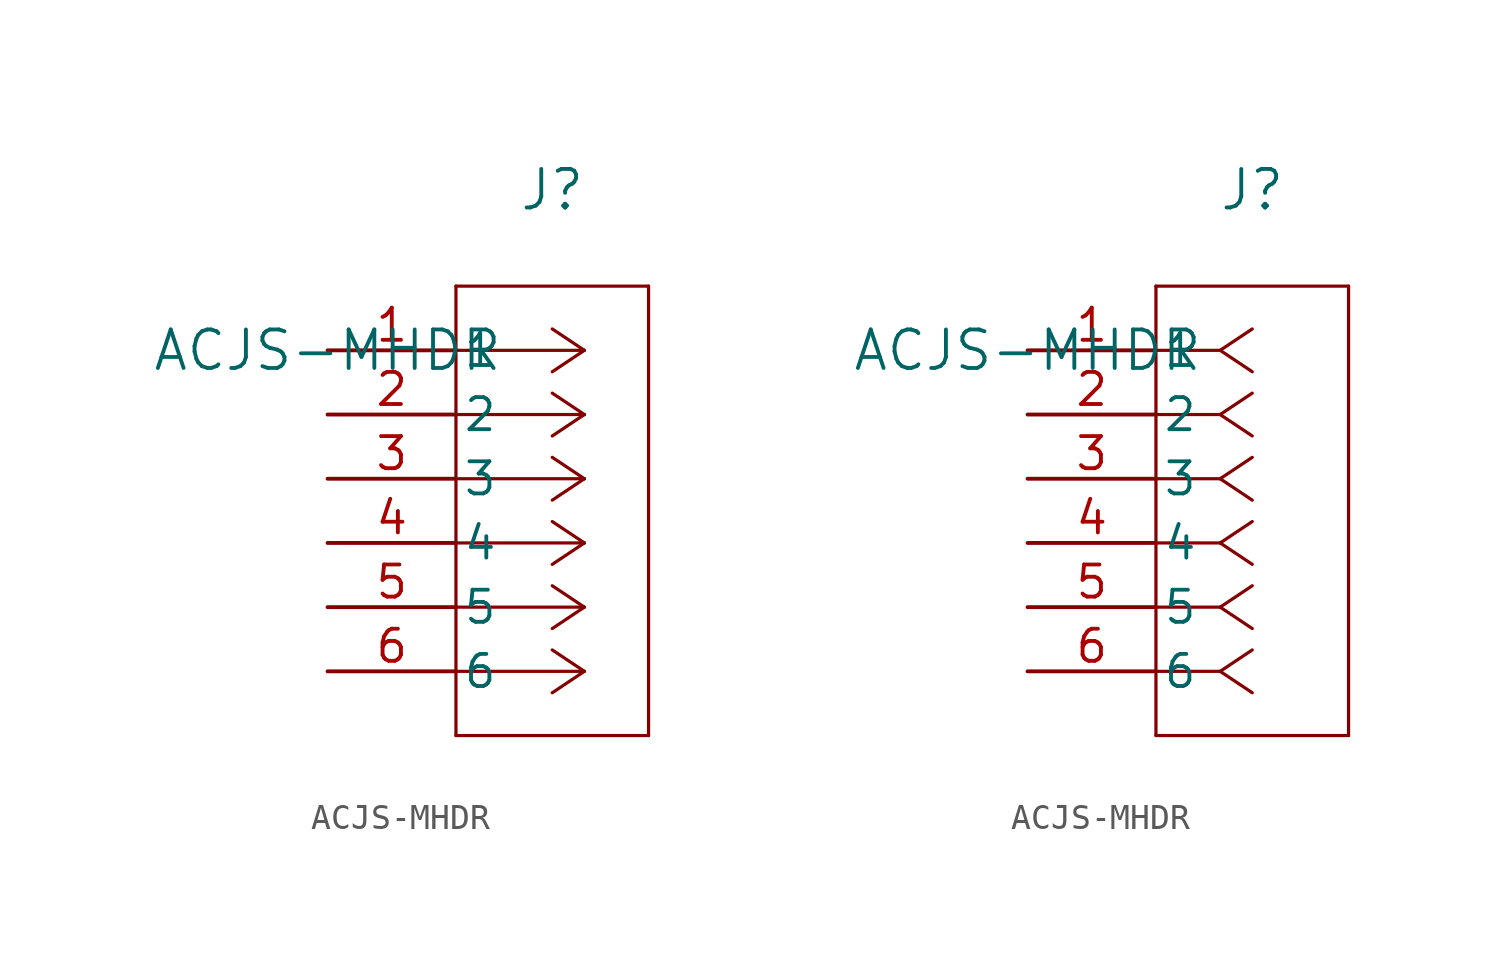
<source format=kicad_sym>
(kicad_symbol_lib
  (version 20211014)
  (generator kicad_symbol_editor)
  (symbol "ACJS-MHDR"
    (pin_names
      (offset 0.254))
    (property "Reference" "J"
      (at 8.89 6.35 0)
      (effects (font (size 1.524 1.524))))
    (property "Value" "ACJS-MHDR"
      (at 0 0 0)
      (effects (font (size 1.524 1.524))))
    (symbol "ACJS-MHDR_1_1"
      (polyline (pts (xy 10.16 0) (xy 5.08 0)) (stroke (width 0.127) (type default) (color 0 0 0 0)) (fill (type none)))
      (polyline (pts (xy 10.16 -2.54) (xy 5.08 -2.54)) (stroke (width 0.127) (type default) (color 0 0 0 0)) (fill (type none)))
      (polyline (pts (xy 10.16 -5.08) (xy 5.08 -5.08)) (stroke (width 0.127) (type default) (color 0 0 0 0)) (fill (type none)))
      (polyline (pts (xy 10.16 -7.62) (xy 5.08 -7.62)) (stroke (width 0.127) (type default) (color 0 0 0 0)) (fill (type none)))
      (polyline (pts (xy 10.16 -10.16) (xy 5.08 -10.16)) (stroke (width 0.127) (type default) (color 0 0 0 0)) (fill (type none)))
      (polyline (pts (xy 10.16 -12.7) (xy 5.08 -12.7)) (stroke (width 0.127) (type default) (color 0 0 0 0)) (fill (type none)))
      (polyline (pts (xy 10.16 0) (xy 8.89 0.847)) (stroke (width 0.127) (type default) (color 0 0 0 0)) (fill (type none)))
      (polyline (pts (xy 10.16 -2.54) (xy 8.89 -1.693)) (stroke (width 0.127) (type default) (color 0 0 0 0)) (fill (type none)))
      (polyline (pts (xy 10.16 -5.08) (xy 8.89 -4.233)) (stroke (width 0.127) (type default) (color 0 0 0 0)) (fill (type none)))
      (polyline (pts (xy 10.16 -7.62) (xy 8.89 -6.773)) (stroke (width 0.127) (type default) (color 0 0 0 0)) (fill (type none)))
      (polyline (pts (xy 10.16 -10.16) (xy 8.89 -9.313)) (stroke (width 0.127) (type default) (color 0 0 0 0)) (fill (type none)))
      (polyline (pts (xy 10.16 -12.7) (xy 8.89 -11.853)) (stroke (width 0.127) (type default) (color 0 0 0 0)) (fill (type none)))
      (polyline (pts (xy 10.16 0) (xy 8.89 -0.847)) (stroke (width 0.127) (type default) (color 0 0 0 0)) (fill (type none)))
      (polyline (pts (xy 10.16 -2.54) (xy 8.89 -3.387)) (stroke (width 0.127) (type default) (color 0 0 0 0)) (fill (type none)))
      (polyline (pts (xy 10.16 -5.08) (xy 8.89 -5.927)) (stroke (width 0.127) (type default) (color 0 0 0 0)) (fill (type none)))
      (polyline (pts (xy 10.16 -7.62) (xy 8.89 -8.467)) (stroke (width 0.127) (type default) (color 0 0 0 0)) (fill (type none)))
      (polyline (pts (xy 10.16 -10.16) (xy 8.89 -11.007)) (stroke (width 0.127) (type default) (color 0 0 0 0)) (fill (type none)))
      (polyline (pts (xy 10.16 -12.7) (xy 8.89 -13.547)) (stroke (width 0.127) (type default) (color 0 0 0 0)) (fill (type none)))
      (polyline (pts (xy 5.08 2.54) (xy 5.08 -15.24)) (stroke (width 0.127) (type default) (color 0 0 0 0)) (fill (type none)))
      (polyline (pts (xy 5.08 -15.24) (xy 12.7 -15.24)) (stroke (width 0.127) (type default) (color 0 0 0 0)) (fill (type none)))
      (polyline (pts (xy 12.7 -15.24) (xy 12.7 2.54)) (stroke (width 0.127) (type default) (color 0 0 0 0)) (fill (type none)))
      (polyline (pts (xy 12.7 2.54) (xy 5.08 2.54)) (stroke (width 0.127) (type default) (color 0 0 0 0)) (fill (type none)))
      (pin unspecified line (at 0 0 0) (length 5.08) (name "1" (effects (font (size 1.27 1.27)))) (number "1" (effects (font (size 1.27 1.27)))))
      (pin unspecified line (at 0 -2.54 0) (length 5.08) (name "2" (effects (font (size 1.27 1.27)))) (number "2" (effects (font (size 1.27 1.27)))))
      (pin unspecified line (at 0 -5.08 0) (length 5.08) (name "3" (effects (font (size 1.27 1.27)))) (number "3" (effects (font (size 1.27 1.27)))))
      (pin unspecified line (at 0 -7.62 0) (length 5.08) (name "4" (effects (font (size 1.27 1.27)))) (number "4" (effects (font (size 1.27 1.27)))))
      (pin unspecified line (at 0 -10.16 0) (length 5.08) (name "5" (effects (font (size 1.27 1.27)))) (number "5" (effects (font (size 1.27 1.27)))))
      (pin unspecified line (at 0 -12.7 0) (length 5.08) (name "6" (effects (font (size 1.27 1.27)))) (number "6" (effects (font (size 1.27 1.27))))))
    (symbol "ACJS-MHDR_1_2"
      (polyline (pts (xy 7.62 0) (xy 5.08 0)) (stroke (width 0.127) (type default) (color 0 0 0 0)) (fill (type none)))
      (polyline (pts (xy 7.62 -2.54) (xy 5.08 -2.54)) (stroke (width 0.127) (type default) (color 0 0 0 0)) (fill (type none)))
      (polyline (pts (xy 7.62 -5.08) (xy 5.08 -5.08)) (stroke (width 0.127) (type default) (color 0 0 0 0)) (fill (type none)))
      (polyline (pts (xy 7.62 -7.62) (xy 5.08 -7.62)) (stroke (width 0.127) (type default) (color 0 0 0 0)) (fill (type none)))
      (polyline (pts (xy 7.62 -10.16) (xy 5.08 -10.16)) (stroke (width 0.127) (type default) (color 0 0 0 0)) (fill (type none)))
      (polyline (pts (xy 7.62 -12.7) (xy 5.08 -12.7)) (stroke (width 0.127) (type default) (color 0 0 0 0)) (fill (type none)))
      (polyline (pts (xy 7.62 0) (xy 8.89 0.847)) (stroke (width 0.127) (type default) (color 0 0 0 0)) (fill (type none)))
      (polyline (pts (xy 7.62 -2.54) (xy 8.89 -1.693)) (stroke (width 0.127) (type default) (color 0 0 0 0)) (fill (type none)))
      (polyline (pts (xy 7.62 -5.08) (xy 8.89 -4.233)) (stroke (width 0.127) (type default) (color 0 0 0 0)) (fill (type none)))
      (polyline (pts (xy 7.62 -7.62) (xy 8.89 -6.773)) (stroke (width 0.127) (type default) (color 0 0 0 0)) (fill (type none)))
      (polyline (pts (xy 7.62 -10.16) (xy 8.89 -9.313)) (stroke (width 0.127) (type default) (color 0 0 0 0)) (fill (type none)))
      (polyline (pts (xy 7.62 -12.7) (xy 8.89 -11.853)) (stroke (width 0.127) (type default) (color 0 0 0 0)) (fill (type none)))
      (polyline (pts (xy 7.62 0) (xy 8.89 -0.847)) (stroke (width 0.127) (type default) (color 0 0 0 0)) (fill (type none)))
      (polyline (pts (xy 7.62 -2.54) (xy 8.89 -3.387)) (stroke (width 0.127) (type default) (color 0 0 0 0)) (fill (type none)))
      (polyline (pts (xy 7.62 -5.08) (xy 8.89 -5.927)) (stroke (width 0.127) (type default) (color 0 0 0 0)) (fill (type none)))
      (polyline (pts (xy 7.62 -7.62) (xy 8.89 -8.467)) (stroke (width 0.127) (type default) (color 0 0 0 0)) (fill (type none)))
      (polyline (pts (xy 7.62 -10.16) (xy 8.89 -11.007)) (stroke (width 0.127) (type default) (color 0 0 0 0)) (fill (type none)))
      (polyline (pts (xy 7.62 -12.7) (xy 8.89 -13.547)) (stroke (width 0.127) (type default) (color 0 0 0 0)) (fill (type none)))
      (polyline (pts (xy 5.08 2.54) (xy 5.08 -15.24)) (stroke (width 0.127) (type default) (color 0 0 0 0)) (fill (type none)))
      (polyline (pts (xy 5.08 -15.24) (xy 12.7 -15.24)) (stroke (width 0.127) (type default) (color 0 0 0 0)) (fill (type none)))
      (polyline (pts (xy 12.7 -15.24) (xy 12.7 2.54)) (stroke (width 0.127) (type default) (color 0 0 0 0)) (fill (type none)))
      (polyline (pts (xy 12.7 2.54) (xy 5.08 2.54)) (stroke (width 0.127) (type default) (color 0 0 0 0)) (fill (type none)))
      (pin unspecified line (at 0 0 0) (length 5.08) (name "1" (effects (font (size 1.27 1.27)))) (number "1" (effects (font (size 1.27 1.27)))))
      (pin unspecified line (at 0 -2.54 0) (length 5.08) (name "2" (effects (font (size 1.27 1.27)))) (number "2" (effects (font (size 1.27 1.27)))))
      (pin unspecified line (at 0 -5.08 0) (length 5.08) (name "3" (effects (font (size 1.27 1.27)))) (number "3" (effects (font (size 1.27 1.27)))))
      (pin unspecified line (at 0 -7.62 0) (length 5.08) (name "4" (effects (font (size 1.27 1.27)))) (number "4" (effects (font (size 1.27 1.27)))))
      (pin unspecified line (at 0 -10.16 0) (length 5.08) (name "5" (effects (font (size 1.27 1.27)))) (number "5" (effects (font (size 1.27 1.27)))))
      (pin unspecified line (at 0 -12.7 0) (length 5.08) (name "6" (effects (font (size 1.27 1.27)))) (number "6" (effects (font (size 1.27 1.27))))))))
</source>
